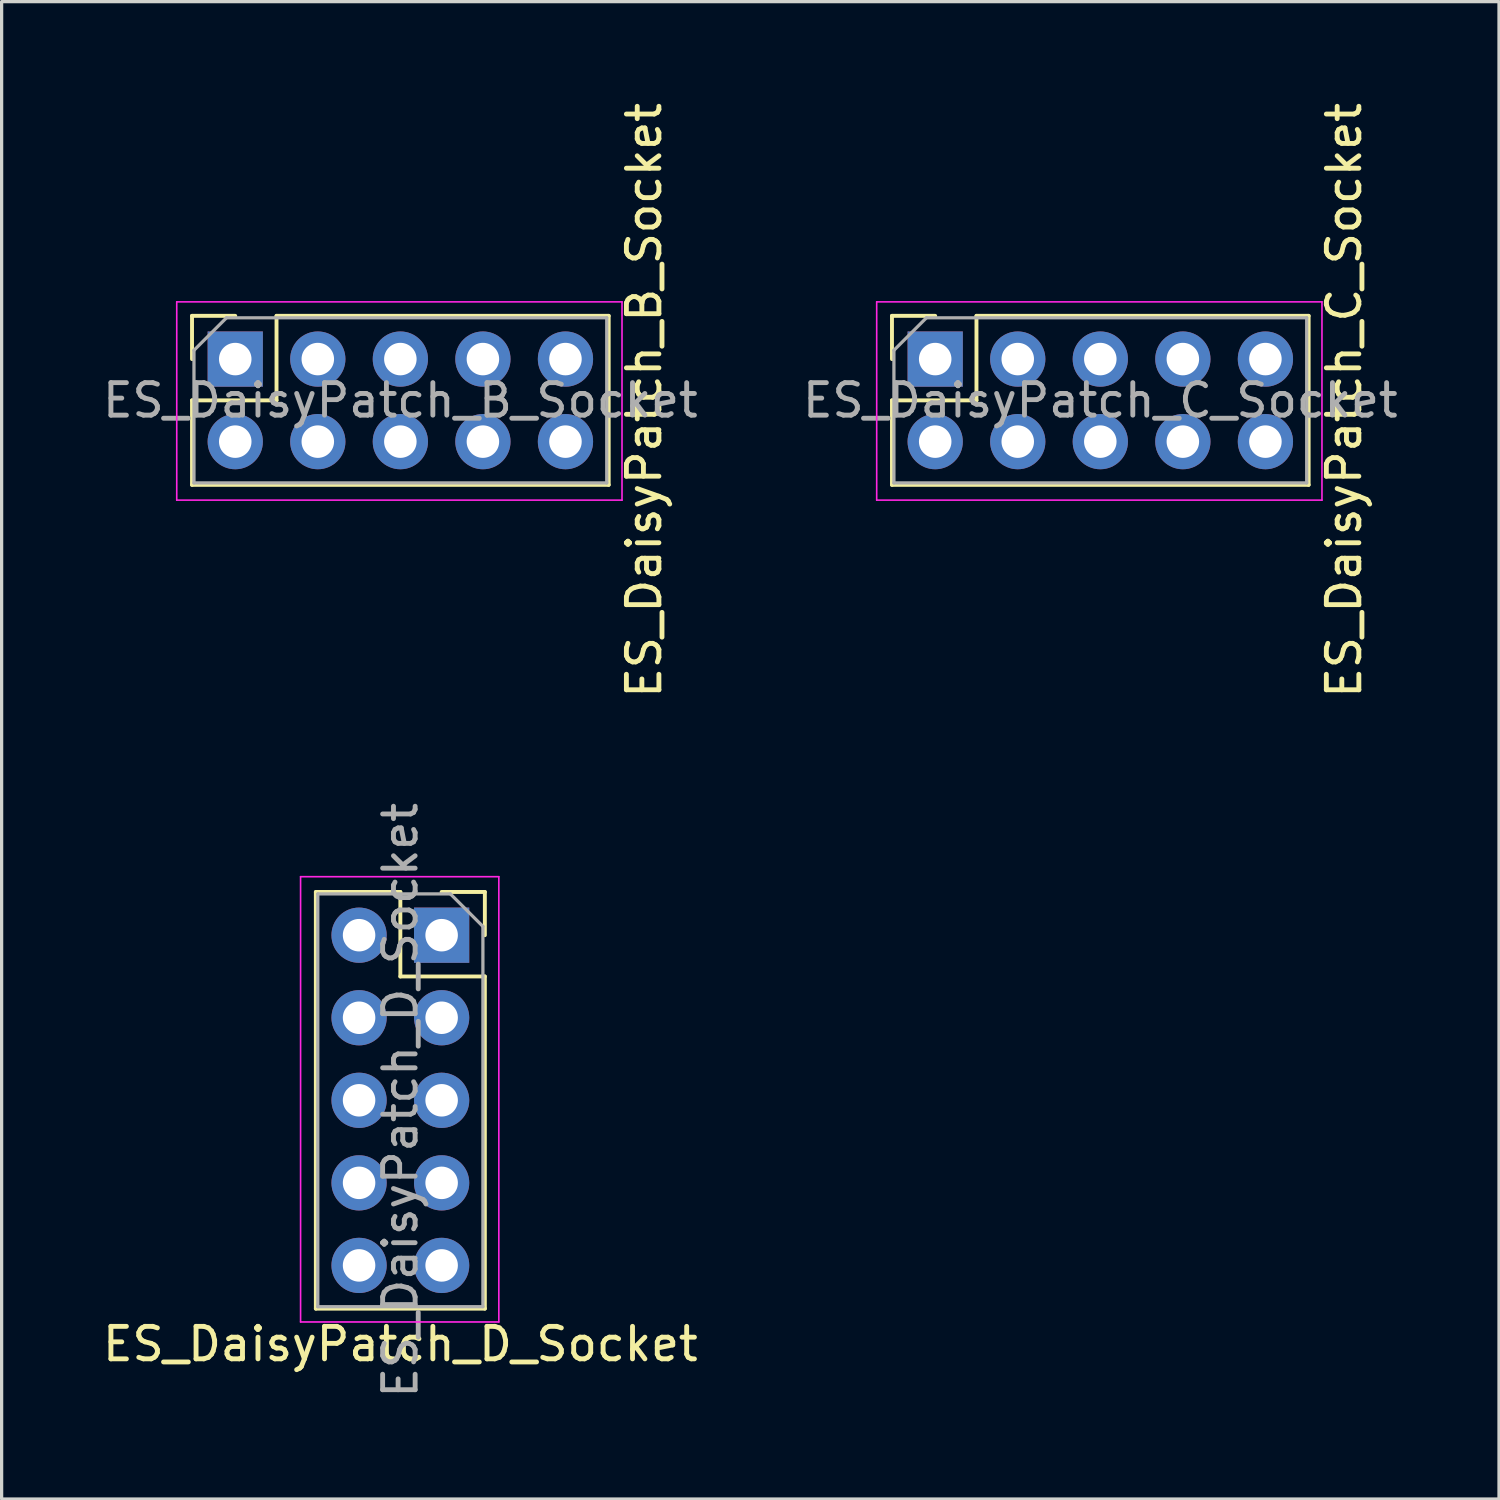
<source format=kicad_pcb>
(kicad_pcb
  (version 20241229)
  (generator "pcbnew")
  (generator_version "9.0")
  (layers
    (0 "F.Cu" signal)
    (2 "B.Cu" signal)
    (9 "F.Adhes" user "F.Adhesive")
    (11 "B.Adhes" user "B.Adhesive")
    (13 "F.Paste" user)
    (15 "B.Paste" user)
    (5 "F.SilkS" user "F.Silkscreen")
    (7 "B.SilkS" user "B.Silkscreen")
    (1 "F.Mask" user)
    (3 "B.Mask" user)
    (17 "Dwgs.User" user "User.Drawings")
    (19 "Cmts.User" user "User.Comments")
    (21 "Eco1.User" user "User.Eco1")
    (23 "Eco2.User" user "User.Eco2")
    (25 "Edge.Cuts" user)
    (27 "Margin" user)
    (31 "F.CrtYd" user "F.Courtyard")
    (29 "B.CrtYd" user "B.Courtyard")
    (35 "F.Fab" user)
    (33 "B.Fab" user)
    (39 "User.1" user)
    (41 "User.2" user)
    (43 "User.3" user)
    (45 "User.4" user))
  (footprint "ES_DaisyPatch_B_Socket"
    (layer "F.Cu")
    (at 9.268 9.268)
    (property "Reference" "ES_DaisyPatch_B_Socket" (at 7.5 0 90) (layer "F.SilkS") (effects (font (size 1 1) (thickness 0.15))))
    (attr through_hole)
    (fp_line (start -6.41 -2.6) (end -5.08 -2.6) (stroke (width 0.12) (type solid)) (layer "F.SilkS"))
    (fp_line (start -6.41 -1.27) (end -6.41 -2.6) (stroke (width 0.12) (type solid)) (layer "F.SilkS"))
    (fp_line (start -6.41 0) (end -3.81 0) (stroke (width 0.12) (type solid)) (layer "F.SilkS"))
    (fp_line (start -6.41 2.6) (end -6.41 0) (stroke (width 0.12) (type solid)) (layer "F.SilkS"))
    (fp_line (start -6.41 2.6) (end 6.41 2.6) (stroke (width 0.12) (type solid)) (layer "F.SilkS"))
    (fp_line (start -3.81 -2.6) (end 6.41 -2.6) (stroke (width 0.12) (type solid)) (layer "F.SilkS"))
    (fp_line (start -3.81 0) (end -3.81 -2.6) (stroke (width 0.12) (type solid)) (layer "F.SilkS"))
    (fp_line (start 6.41 2.6) (end 6.41 -2.6) (stroke (width 0.12) (type solid)) (layer "F.SilkS"))
    (fp_line (start -6.88 -3.03) (end 6.82 -3.03) (stroke (width 0.05) (type solid)) (layer "F.CrtYd"))
    (fp_line (start -6.88 3.07) (end -6.88 -3.03) (stroke (width 0.05) (type solid)) (layer "F.CrtYd"))
    (fp_line (start 6.82 -3.03) (end 6.82 3.07) (stroke (width 0.05) (type solid)) (layer "F.CrtYd"))
    (fp_line (start 6.82 3.07) (end -6.88 3.07) (stroke (width 0.05) (type solid)) (layer "F.CrtYd"))
    (fp_line (start -6.35 -1.54) (end -5.35 -2.54) (stroke (width 0.1) (type solid)) (layer "F.Fab"))
    (fp_line (start -6.35 2.54) (end -6.35 -1.54) (stroke (width 0.1) (type solid)) (layer "F.Fab"))
    (fp_line (start -5.35 -2.54) (end 6.35 -2.54) (stroke (width 0.1) (type solid)) (layer "F.Fab"))
    (fp_line (start 6.35 -2.54) (end 6.35 2.54) (stroke (width 0.1) (type solid)) (layer "F.Fab"))
    (fp_line (start 6.35 2.54) (end -6.35 2.54) (stroke (width 0.1) (type solid)) (layer "F.Fab"))
    (fp_text user "${REFERENCE}" (at 0 0 180) (layer "F.Fab") (effects (font (size 1 1) (thickness 0.15))))
    (pad "B1" thru_hole rect (at -5.08 -1.27 90) (size 1.7 1.7) (drill 1) (layers "*.Cu" "*.Mask"))
    (pad "B2" thru_hole circle (at -2.54 -1.27 90) (size 1.7 1.7) (drill 1) (layers "*.Cu" "*.Mask"))
    (pad "B3" thru_hole circle (at 0 -1.27 90) (size 1.7 1.7) (drill 1) (layers "*.Cu" "*.Mask"))
    (pad "B4" thru_hole circle (at 2.54 -1.27 90) (size 1.7 1.7) (drill 1) (layers "*.Cu" "*.Mask"))
    (pad "B5" thru_hole circle (at 5.08 -1.27 90) (size 1.7 1.7) (drill 1) (layers "*.Cu" "*.Mask"))
    (pad "B6" thru_hole circle (at 5.08 1.27 90) (size 1.7 1.7) (drill 1) (layers "*.Cu" "*.Mask"))
    (pad "B7" thru_hole circle (at 2.54 1.27 90) (size 1.7 1.7) (drill 1) (layers "*.Cu" "*.Mask"))
    (pad "B8" thru_hole circle (at 0 1.27 90) (size 1.7 1.7) (drill 1) (layers "*.Cu" "*.Mask"))
    (pad "B9" thru_hole circle (at -2.54 1.27 90) (size 1.7 1.7) (drill 1) (layers "*.Cu" "*.Mask"))
    (pad "B10" thru_hole circle (at -5.08 1.27 90) (size 1.7 1.7) (drill 1) (layers "*.Cu" "*.Mask")))
  (footprint "ES_DaisyPatch_C_Socket"
    (layer "F.Cu")
    (at 30.804 9.268)
    (property "Reference" "ES_DaisyPatch_C_Socket" (at 7.5 0 90) (layer "F.SilkS") (effects (font (size 1 1) (thickness 0.15))))
    (attr through_hole)
    (fp_line (start -6.41 -2.6) (end -5.08 -2.6) (stroke (width 0.12) (type solid)) (layer "F.SilkS"))
    (fp_line (start -6.41 -1.27) (end -6.41 -2.6) (stroke (width 0.12) (type solid)) (layer "F.SilkS"))
    (fp_line (start -6.41 0) (end -3.81 0) (stroke (width 0.12) (type solid)) (layer "F.SilkS"))
    (fp_line (start -6.41 2.6) (end -6.41 0) (stroke (width 0.12) (type solid)) (layer "F.SilkS"))
    (fp_line (start -6.41 2.6) (end 6.41 2.6) (stroke (width 0.12) (type solid)) (layer "F.SilkS"))
    (fp_line (start -3.81 -2.6) (end 6.41 -2.6) (stroke (width 0.12) (type solid)) (layer "F.SilkS"))
    (fp_line (start -3.81 0) (end -3.81 -2.6) (stroke (width 0.12) (type solid)) (layer "F.SilkS"))
    (fp_line (start 6.41 2.6) (end 6.41 -2.6) (stroke (width 0.12) (type solid)) (layer "F.SilkS"))
    (fp_line (start -6.88 -3.03) (end 6.82 -3.03) (stroke (width 0.05) (type solid)) (layer "F.CrtYd"))
    (fp_line (start -6.88 3.07) (end -6.88 -3.03) (stroke (width 0.05) (type solid)) (layer "F.CrtYd"))
    (fp_line (start 6.82 -3.03) (end 6.82 3.07) (stroke (width 0.05) (type solid)) (layer "F.CrtYd"))
    (fp_line (start 6.82 3.07) (end -6.88 3.07) (stroke (width 0.05) (type solid)) (layer "F.CrtYd"))
    (fp_line (start -6.35 -1.54) (end -5.35 -2.54) (stroke (width 0.1) (type solid)) (layer "F.Fab"))
    (fp_line (start -6.35 2.54) (end -6.35 -1.54) (stroke (width 0.1) (type solid)) (layer "F.Fab"))
    (fp_line (start -5.35 -2.54) (end 6.35 -2.54) (stroke (width 0.1) (type solid)) (layer "F.Fab"))
    (fp_line (start 6.35 -2.54) (end 6.35 2.54) (stroke (width 0.1) (type solid)) (layer "F.Fab"))
    (fp_line (start 6.35 2.54) (end -6.35 2.54) (stroke (width 0.1) (type solid)) (layer "F.Fab"))
    (fp_text user "${REFERENCE}" (at 0 0 180) (layer "F.Fab") (effects (font (size 1 1) (thickness 0.15))))
    (pad "C1" thru_hole rect (at -5.08 -1.27 90) (size 1.7 1.7) (drill 1) (layers "*.Cu" "*.Mask"))
    (pad "C2" thru_hole circle (at -2.54 -1.27 90) (size 1.7 1.7) (drill 1) (layers "*.Cu" "*.Mask"))
    (pad "C3" thru_hole circle (at 0 -1.27 90) (size 1.7 1.7) (drill 1) (layers "*.Cu" "*.Mask"))
    (pad "C4" thru_hole circle (at 2.54 -1.27 90) (size 1.7 1.7) (drill 1) (layers "*.Cu" "*.Mask"))
    (pad "C5" thru_hole circle (at 5.08 -1.27 90) (size 1.7 1.7) (drill 1) (layers "*.Cu" "*.Mask"))
    (pad "C6" thru_hole circle (at 5.08 1.27 90) (size 1.7 1.7) (drill 1) (layers "*.Cu" "*.Mask"))
    (pad "C7" thru_hole circle (at 2.54 1.27 90) (size 1.7 1.7) (drill 1) (layers "*.Cu" "*.Mask"))
    (pad "C8" thru_hole circle (at 0 1.27 90) (size 1.7 1.7) (drill 1) (layers "*.Cu" "*.Mask"))
    (pad "C9" thru_hole circle (at -2.54 1.27 90) (size 1.7 1.7) (drill 1) (layers "*.Cu" "*.Mask"))
    (pad "C10" thru_hole circle (at -5.08 1.27 90) (size 1.7 1.7) (drill 1) (layers "*.Cu" "*.Mask")))
  (footprint "ES_DaisyPatch_D_Socket"
    (layer "F.Cu")
    (at 9.318 30.754)
    (property "Reference" "ES_DaisyPatch_D_Socket" (at -0.05 7.55 0) (layer "F.SilkS") (effects (font (size 1 1) (thickness 0.15))))
    (attr through_hole)
    (fp_line (start -2.65 -6.36) (end -2.65 6.46) (stroke (width 0.12) (type solid)) (layer "F.SilkS"))
    (fp_line (start -2.65 -6.36) (end -0.05 -6.36) (stroke (width 0.12) (type solid)) (layer "F.SilkS"))
    (fp_line (start -2.65 6.46) (end 2.55 6.46) (stroke (width 0.12) (type solid)) (layer "F.SilkS"))
    (fp_line (start -0.05 -6.36) (end -0.05 -3.76) (stroke (width 0.12) (type solid)) (layer "F.SilkS"))
    (fp_line (start -0.05 -3.76) (end 2.55 -3.76) (stroke (width 0.12) (type solid)) (layer "F.SilkS"))
    (fp_line (start 1.22 -6.36) (end 2.55 -6.36) (stroke (width 0.12) (type solid)) (layer "F.SilkS"))
    (fp_line (start 2.55 -6.36) (end 2.55 -5.03) (stroke (width 0.12) (type solid)) (layer "F.SilkS"))
    (fp_line (start 2.55 -3.76) (end 2.55 6.46) (stroke (width 0.12) (type solid)) (layer "F.SilkS"))
    (fp_line (start -3.12 -6.83) (end 2.98 -6.83) (stroke (width 0.05) (type solid)) (layer "F.CrtYd"))
    (fp_line (start -3.12 6.87) (end -3.12 -6.83) (stroke (width 0.05) (type solid)) (layer "F.CrtYd"))
    (fp_line (start 2.98 -6.83) (end 2.98 6.87) (stroke (width 0.05) (type solid)) (layer "F.CrtYd"))
    (fp_line (start 2.98 6.87) (end -3.12 6.87) (stroke (width 0.05) (type solid)) (layer "F.CrtYd"))
    (fp_line (start -2.59 -6.3) (end 1.49 -6.3) (stroke (width 0.1) (type solid)) (layer "F.Fab"))
    (fp_line (start -2.59 6.4) (end -2.59 -6.3) (stroke (width 0.1) (type solid)) (layer "F.Fab"))
    (fp_line (start 1.49 -6.3) (end 2.49 -5.3) (stroke (width 0.1) (type solid)) (layer "F.Fab"))
    (fp_line (start 2.49 -5.3) (end 2.49 6.4) (stroke (width 0.1) (type solid)) (layer "F.Fab"))
    (fp_line (start 2.49 6.4) (end -2.59 6.4) (stroke (width 0.1) (type solid)) (layer "F.Fab"))
    (fp_text user "${REFERENCE}" (at -0.05 0.05 90) (layer "F.Fab") (effects (font (size 1 1) (thickness 0.15))))
    (pad "D1" thru_hole rect (at 1.22 -5.03) (size 1.7 1.7) (drill 1) (layers "*.Cu" "*.Mask"))
    (pad "D2" thru_hole circle (at 1.22 -2.49) (size 1.7 1.7) (drill 1) (layers "*.Cu" "*.Mask"))
    (pad "D3" thru_hole circle (at 1.22 0.05) (size 1.7 1.7) (drill 1) (layers "*.Cu" "*.Mask"))
    (pad "D4" thru_hole circle (at 1.22 2.59) (size 1.7 1.7) (drill 1) (layers "*.Cu" "*.Mask"))
    (pad "D5" thru_hole circle (at 1.22 5.13) (size 1.7 1.7) (drill 1) (layers "*.Cu" "*.Mask"))
    (pad "D6" thru_hole circle (at -1.32 5.13) (size 1.7 1.7) (drill 1) (layers "*.Cu" "*.Mask"))
    (pad "D7" thru_hole circle (at -1.32 2.59) (size 1.7 1.7) (drill 1) (layers "*.Cu" "*.Mask"))
    (pad "D8" thru_hole circle (at -1.32 0.05) (size 1.7 1.7) (drill 1) (layers "*.Cu" "*.Mask"))
    (pad "D9" thru_hole circle (at -1.32 -2.49) (size 1.7 1.7) (drill 1) (layers "*.Cu" "*.Mask"))
    (pad "D10" thru_hole circle (at -1.32 -5.03) (size 1.7 1.7) (drill 1) (layers "*.Cu" "*.Mask")))
  (gr_rect
    (start -3 -3)
    (end 43.071 43.071)
    (stroke (width 0.1) (type default))
    (fill no)
    (layer "Edge.Cuts")))
</source>
